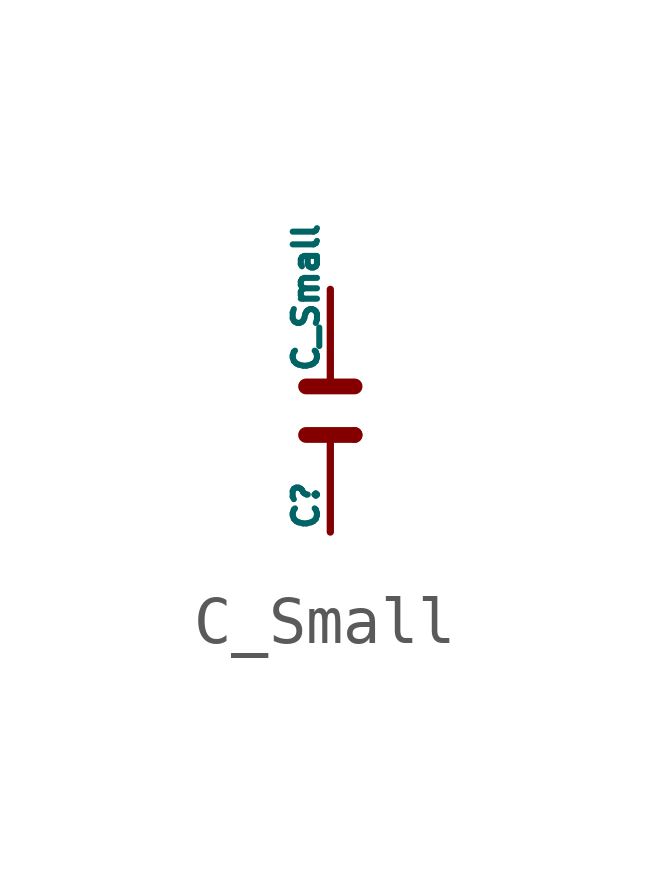
<source format=kicad_sym>
(kicad_symbol_lib
  (version 20220914)
  (generator kicad_symbol_editor)
  (symbol "C_Small"
    (pin_numbers hide)
    (pin_names
      (offset 0.254) hide)
    (property "Reference" "C"
      (at -0.508 -2.54 90)
      (effects (font (size 0.508 0.508)) (justify left)))
    (property "Value" "C_Small"
      (at -0.508 0.762 90)
      (effects (font (size 0.508 0.508)) (justify left)))
    (symbol "C_Small_0_1"
      (polyline (pts (xy -0.508 -0.508) (xy 0.508 -0.508)) (stroke (width 0.33) (type solid)) (fill (type none)))
      (polyline (pts (xy -0.508 0.508) (xy 0.508 0.508)) (stroke (width 0.33) (type solid)) (fill (type none)))
      (polyline (pts (xy 0.508 -0.508) (xy 0.508 -0.508)) (stroke (width 0.33) (type solid)) (fill (type none))))
    (symbol "C_Small_1_1"
      (pin passive line (at 0 2.54 270) (length 2.032) (name "~" (effects (font (size 1.27 1.27)))) (number "1" (effects (font (size 1.27 1.27)))))
      (pin passive line (at 0 -2.54 90) (length 2.032) (name "~" (effects (font (size 1.27 1.27)))) (number "2" (effects (font (size 1.27 1.27))))))))
</source>
